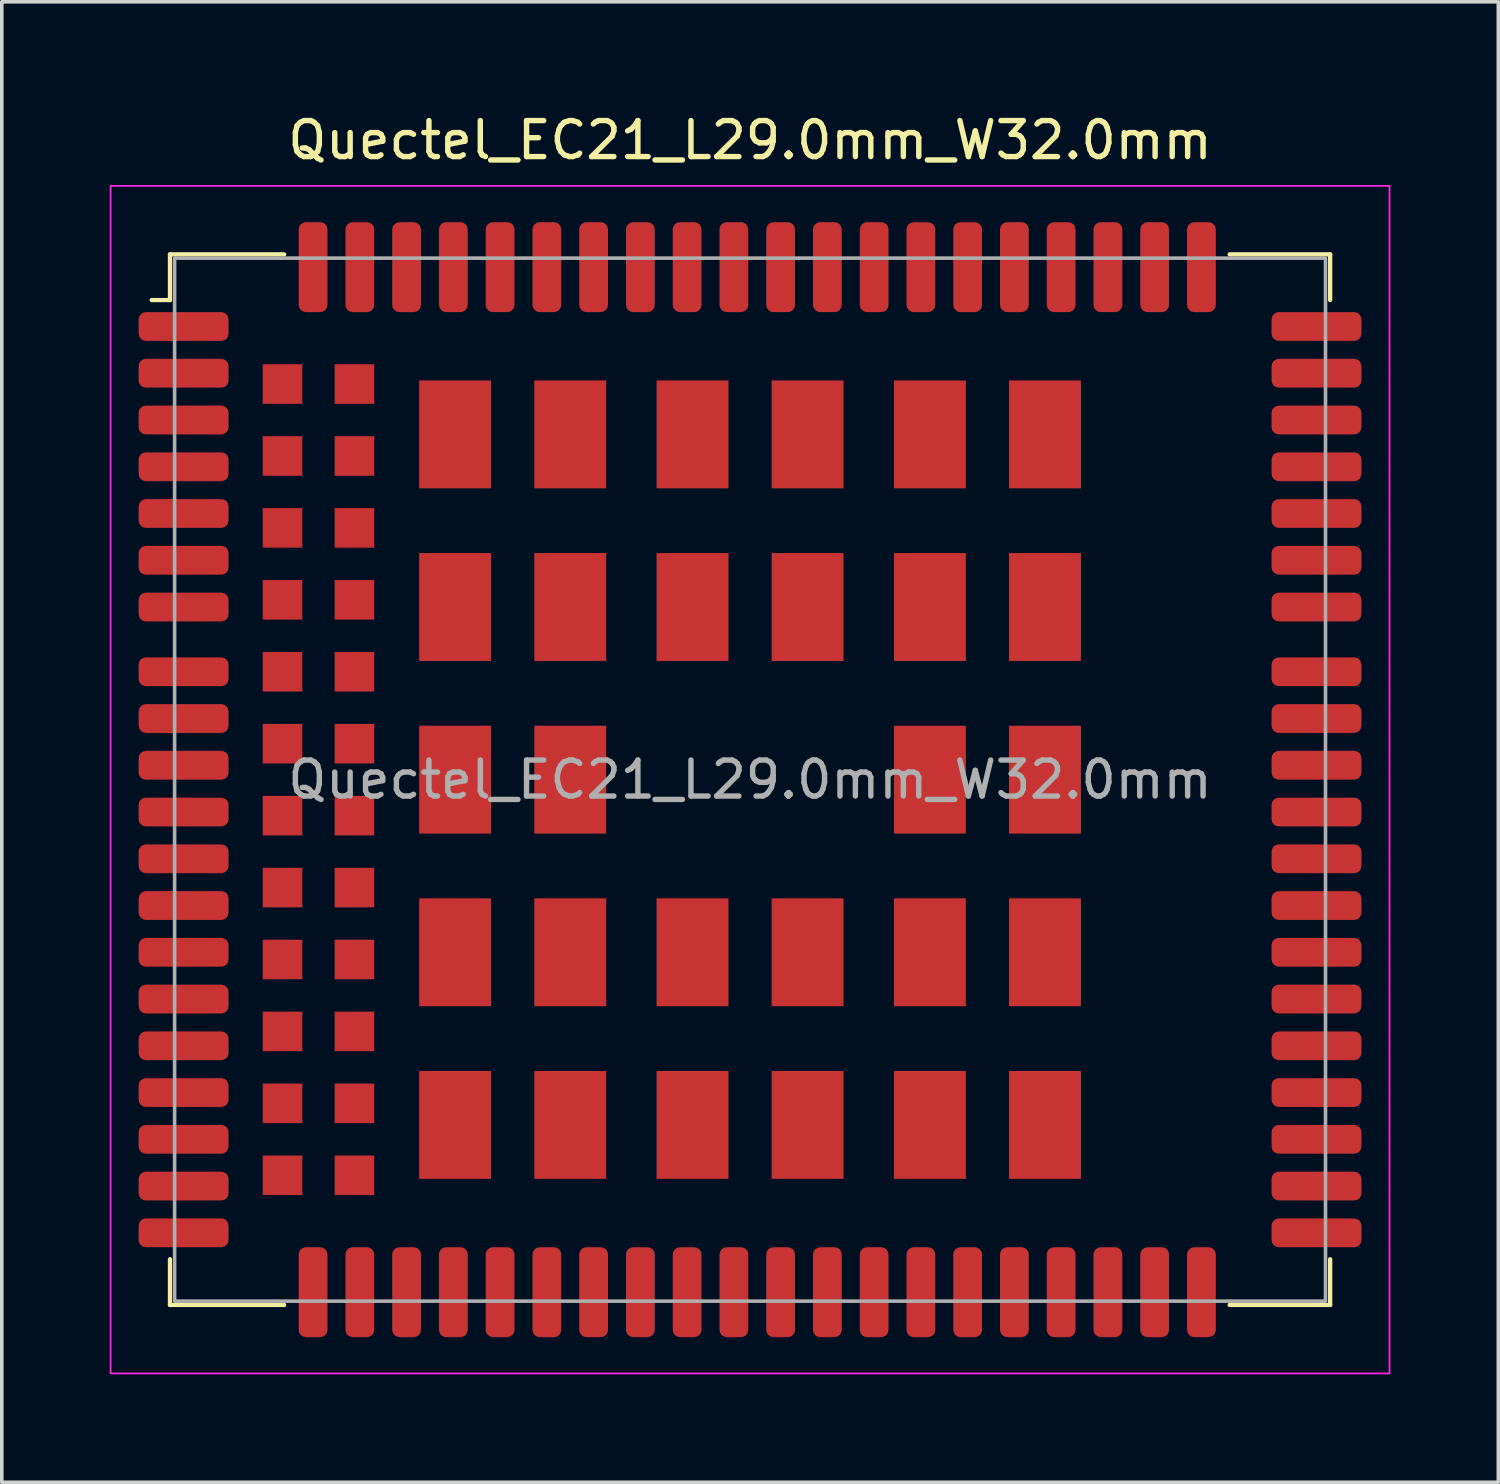
<source format=kicad_pcb>
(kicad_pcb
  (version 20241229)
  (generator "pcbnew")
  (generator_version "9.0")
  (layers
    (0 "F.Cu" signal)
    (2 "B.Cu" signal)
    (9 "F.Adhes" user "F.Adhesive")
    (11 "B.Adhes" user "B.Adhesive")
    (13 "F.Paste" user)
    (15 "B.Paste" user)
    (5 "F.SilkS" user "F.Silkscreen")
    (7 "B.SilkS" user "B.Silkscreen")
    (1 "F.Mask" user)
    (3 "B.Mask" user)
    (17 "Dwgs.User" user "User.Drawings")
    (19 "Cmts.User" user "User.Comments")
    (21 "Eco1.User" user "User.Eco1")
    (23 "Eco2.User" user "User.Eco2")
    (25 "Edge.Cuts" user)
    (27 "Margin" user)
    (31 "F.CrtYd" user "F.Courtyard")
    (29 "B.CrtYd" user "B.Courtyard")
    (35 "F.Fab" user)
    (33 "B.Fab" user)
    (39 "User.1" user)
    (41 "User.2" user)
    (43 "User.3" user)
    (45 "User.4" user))
  (footprint "Quectel_EC21_L29.0mm_W32.0mm"
    (layer "F.Cu")
    (at 17.805 18.628)
    (property "Reference" "Quectel_EC21_L29.0mm_W32.0mm" (at 0 -17.78 0) (unlocked yes) (layer "F.SilkS") (effects (font (size 1 1) (thickness 0.15))))
    (attr smd)
    (fp_line (start -16.637 -13.335) (end -16.129 -13.335) (stroke (width 0.12) (type default)) (layer "F.SilkS"))
    (fp_line (start -16.129 -14.605) (end -12.954 -14.605) (stroke (width 0.12) (type default)) (layer "F.SilkS"))
    (fp_line (start -16.129 -13.335) (end -16.129 -14.605) (stroke (width 0.12) (type default)) (layer "F.SilkS"))
    (fp_line (start -16.129 13.335) (end -16.129 14.605) (stroke (width 0.12) (type default)) (layer "F.SilkS"))
    (fp_line (start -16.129 14.605) (end -12.954 14.605) (stroke (width 0.12) (type default)) (layer "F.SilkS"))
    (fp_line (start 13.335 -14.605) (end 16.129 -14.605) (stroke (width 0.12) (type default)) (layer "F.SilkS"))
    (fp_line (start 16.129 -14.605) (end 16.129 -13.335) (stroke (width 0.12) (type default)) (layer "F.SilkS"))
    (fp_line (start 16.129 13.335) (end 16.129 14.605) (stroke (width 0.12) (type default)) (layer "F.SilkS"))
    (fp_line (start 16.129 14.605) (end 13.335 14.605) (stroke (width 0.12) (type default)) (layer "F.SilkS"))
    (fp_rect (start -17.78 -16.51) (end 17.78 16.51) (stroke (width 0.05) (type default)) (fill no) (layer "F.CrtYd"))
    (fp_rect (start -16 -14.5) (end 16 14.5) (stroke (width 0.1) (type default)) (fill no) (layer "F.Fab"))
    (fp_text user "${REFERENCE}" (at 0 0 0) (unlocked yes) (layer "F.Fab") (effects (font (size 1 1) (thickness 0.15))))
    (pad "1" smd roundrect (at -15.75 -12.6) (size 2.5 0.8) (layers "F.Cu" "F.Mask" "F.Paste") (roundrect_rratio 0.25))
    (pad "2" smd roundrect (at -15.75 -11.3) (size 2.5 0.8) (layers "F.Cu" "F.Mask" "F.Paste") (roundrect_rratio 0.25))
    (pad "3" smd roundrect (at -15.75 -10) (size 2.5 0.8) (layers "F.Cu" "F.Mask" "F.Paste") (roundrect_rratio 0.25))
    (pad "4" smd roundrect (at -15.75 -8.7) (size 2.5 0.8) (layers "F.Cu" "F.Mask" "F.Paste") (roundrect_rratio 0.25))
    (pad "5" smd roundrect (at -15.75 -7.4) (size 2.5 0.8) (layers "F.Cu" "F.Mask" "F.Paste") (roundrect_rratio 0.25))
    (pad "6" smd roundrect (at -15.75 -6.1) (size 2.5 0.8) (layers "F.Cu" "F.Mask" "F.Paste") (roundrect_rratio 0.25))
    (pad "7" smd roundrect (at -15.75 -4.8) (size 2.5 0.8) (layers "F.Cu" "F.Mask" "F.Paste") (roundrect_rratio 0.25))
    (pad "8" smd roundrect (at -15.75 -0.4) (size 2.5 0.8) (layers "F.Cu" "F.Mask" "F.Paste") (roundrect_rratio 0.25))
    (pad "9" smd roundrect (at -15.75 0.9) (size 2.5 0.8) (layers "F.Cu" "F.Mask" "F.Paste") (roundrect_rratio 0.25))
    (pad "10" smd roundrect (at -15.75 2.2) (size 2.5 0.8) (layers "F.Cu" "F.Mask" "F.Paste") (roundrect_rratio 0.25))
    (pad "11" smd roundrect (at -15.75 3.5) (size 2.5 0.8) (layers "F.Cu" "F.Mask" "F.Paste") (roundrect_rratio 0.25))
    (pad "12" smd roundrect (at -15.75 4.8) (size 2.5 0.8) (layers "F.Cu" "F.Mask" "F.Paste") (roundrect_rratio 0.25))
    (pad "13" smd roundrect (at -15.75 6.1) (size 2.5 0.8) (layers "F.Cu" "F.Mask" "F.Paste") (roundrect_rratio 0.25))
    (pad "14" smd roundrect (at -15.75 7.4) (size 2.5 0.8) (layers "F.Cu" "F.Mask" "F.Paste") (roundrect_rratio 0.25))
    (pad "15" smd roundrect (at -15.75 8.7) (size 2.5 0.8) (layers "F.Cu" "F.Mask" "F.Paste") (roundrect_rratio 0.25))
    (pad "16" smd roundrect (at -15.75 10) (size 2.5 0.8) (layers "F.Cu" "F.Mask" "F.Paste") (roundrect_rratio 0.25))
    (pad "17" smd roundrect (at -15.75 11.3) (size 2.5 0.8) (layers "F.Cu" "F.Mask" "F.Paste") (roundrect_rratio 0.25))
    (pad "18" smd roundrect (at -15.75 12.6) (size 2.5 0.8) (layers "F.Cu" "F.Mask" "F.Paste") (roundrect_rratio 0.25))
    (pad "19" smd roundrect (at -9.55 14.25 90) (size 2.5 0.8) (layers "F.Cu" "F.Mask" "F.Paste") (roundrect_rratio 0.25))
    (pad "20" smd roundrect (at -8.25 14.25 90) (size 2.5 0.8) (layers "F.Cu" "F.Mask" "F.Paste") (roundrect_rratio 0.25))
    (pad "21" smd roundrect (at -6.95 14.25 90) (size 2.5 0.8) (layers "F.Cu" "F.Mask" "F.Paste") (roundrect_rratio 0.25))
    (pad "22" smd roundrect (at -5.65 14.25 90) (size 2.5 0.8) (layers "F.Cu" "F.Mask" "F.Paste") (roundrect_rratio 0.25))
    (pad "23" smd roundrect (at -4.35 14.25 90) (size 2.5 0.8) (layers "F.Cu" "F.Mask" "F.Paste") (roundrect_rratio 0.25))
    (pad "24" smd roundrect (at -3.05 14.25 90) (size 2.5 0.8) (layers "F.Cu" "F.Mask" "F.Paste") (roundrect_rratio 0.25))
    (pad "25" smd roundrect (at -1.75 14.25 90) (size 2.5 0.8) (layers "F.Cu" "F.Mask" "F.Paste") (roundrect_rratio 0.25))
    (pad "26" smd roundrect (at -0.45 14.25 90) (size 2.5 0.8) (layers "F.Cu" "F.Mask" "F.Paste") (roundrect_rratio 0.25))
    (pad "27" smd roundrect (at 0.85 14.25 90) (size 2.5 0.8) (layers "F.Cu" "F.Mask" "F.Paste") (roundrect_rratio 0.25))
    (pad "28" smd roundrect (at 2.15 14.25 90) (size 2.5 0.8) (layers "F.Cu" "F.Mask" "F.Paste") (roundrect_rratio 0.25))
    (pad "29" smd roundrect (at 3.45 14.25 90) (size 2.5 0.8) (layers "F.Cu" "F.Mask" "F.Paste") (roundrect_rratio 0.25))
    (pad "30" smd roundrect (at 4.75 14.25 90) (size 2.5 0.8) (layers "F.Cu" "F.Mask" "F.Paste") (roundrect_rratio 0.25))
    (pad "31" smd roundrect (at 6.05 14.25 90) (size 2.5 0.8) (layers "F.Cu" "F.Mask" "F.Paste") (roundrect_rratio 0.25))
    (pad "32" smd roundrect (at 7.35 14.25 90) (size 2.5 0.8) (layers "F.Cu" "F.Mask" "F.Paste") (roundrect_rratio 0.25))
    (pad "33" smd roundrect (at 8.65 14.25 90) (size 2.5 0.8) (layers "F.Cu" "F.Mask" "F.Paste") (roundrect_rratio 0.25))
    (pad "34" smd roundrect (at 9.95 14.25 90) (size 2.5 0.8) (layers "F.Cu" "F.Mask" "F.Paste") (roundrect_rratio 0.25))
    (pad "35" smd roundrect (at 11.25 14.25 90) (size 2.5 0.8) (layers "F.Cu" "F.Mask" "F.Paste") (roundrect_rratio 0.25))
    (pad "36" smd roundrect (at 12.55 14.25 90) (size 2.5 0.8) (layers "F.Cu" "F.Mask" "F.Paste") (roundrect_rratio 0.25))
    (pad "37" smd roundrect (at 15.75 12.6) (size 2.5 0.8) (layers "F.Cu" "F.Mask" "F.Paste") (roundrect_rratio 0.25))
    (pad "38" smd roundrect (at 15.75 11.3) (size 2.5 0.8) (layers "F.Cu" "F.Mask" "F.Paste") (roundrect_rratio 0.25))
    (pad "39" smd roundrect (at 15.75 10) (size 2.5 0.8) (layers "F.Cu" "F.Mask" "F.Paste") (roundrect_rratio 0.25))
    (pad "40" smd roundrect (at 15.75 8.7) (size 2.5 0.8) (layers "F.Cu" "F.Mask" "F.Paste") (roundrect_rratio 0.25))
    (pad "41" smd roundrect (at 15.75 7.4) (size 2.5 0.8) (layers "F.Cu" "F.Mask" "F.Paste") (roundrect_rratio 0.25))
    (pad "42" smd roundrect (at 15.75 6.1) (size 2.5 0.8) (layers "F.Cu" "F.Mask" "F.Paste") (roundrect_rratio 0.25))
    (pad "43" smd roundrect (at 15.75 4.8) (size 2.5 0.8) (layers "F.Cu" "F.Mask" "F.Paste") (roundrect_rratio 0.25))
    (pad "44" smd roundrect (at 15.75 3.5) (size 2.5 0.8) (layers "F.Cu" "F.Mask" "F.Paste") (roundrect_rratio 0.25))
    (pad "45" smd roundrect (at 15.75 2.2) (size 2.5 0.8) (layers "F.Cu" "F.Mask" "F.Paste") (roundrect_rratio 0.25))
    (pad "46" smd roundrect (at 15.75 0.9) (size 2.5 0.8) (layers "F.Cu" "F.Mask" "F.Paste") (roundrect_rratio 0.25))
    (pad "47" smd roundrect (at 15.75 -0.4) (size 2.5 0.8) (layers "F.Cu" "F.Mask" "F.Paste") (roundrect_rratio 0.25))
    (pad "48" smd roundrect (at 15.75 -4.8) (size 2.5 0.8) (layers "F.Cu" "F.Mask" "F.Paste") (roundrect_rratio 0.25))
    (pad "49" smd roundrect (at 15.75 -6.1) (size 2.5 0.8) (layers "F.Cu" "F.Mask" "F.Paste") (roundrect_rratio 0.25))
    (pad "50" smd roundrect (at 15.75 -7.4) (size 2.5 0.8) (layers "F.Cu" "F.Mask" "F.Paste") (roundrect_rratio 0.25))
    (pad "51" smd roundrect (at 15.75 -8.7) (size 2.5 0.8) (layers "F.Cu" "F.Mask" "F.Paste") (roundrect_rratio 0.25))
    (pad "52" smd roundrect (at 15.75 -10) (size 2.5 0.8) (layers "F.Cu" "F.Mask" "F.Paste") (roundrect_rratio 0.25))
    (pad "53" smd roundrect (at 15.75 -11.3) (size 2.5 0.8) (layers "F.Cu" "F.Mask" "F.Paste") (roundrect_rratio 0.25))
    (pad "54" smd roundrect (at 15.75 -12.6) (size 2.5 0.8) (layers "F.Cu" "F.Mask" "F.Paste") (roundrect_rratio 0.25))
    (pad "55" smd roundrect (at 12.55 -14.25 90) (size 2.5 0.8) (layers "F.Cu" "F.Mask" "F.Paste") (roundrect_rratio 0.25))
    (pad "56" smd roundrect (at 11.25 -14.25 90) (size 2.5 0.8) (layers "F.Cu" "F.Mask" "F.Paste") (roundrect_rratio 0.25))
    (pad "57" smd roundrect (at 9.95 -14.25 90) (size 2.5 0.8) (layers "F.Cu" "F.Mask" "F.Paste") (roundrect_rratio 0.25))
    (pad "58" smd roundrect (at 8.65 -14.25 90) (size 2.5 0.8) (layers "F.Cu" "F.Mask" "F.Paste") (roundrect_rratio 0.25))
    (pad "59" smd roundrect (at 7.35 -14.25 90) (size 2.5 0.8) (layers "F.Cu" "F.Mask" "F.Paste") (roundrect_rratio 0.25))
    (pad "60" smd roundrect (at 6.05 -14.25 90) (size 2.5 0.8) (layers "F.Cu" "F.Mask" "F.Paste") (roundrect_rratio 0.25))
    (pad "61" smd roundrect (at 4.75 -14.25 90) (size 2.5 0.8) (layers "F.Cu" "F.Mask" "F.Paste") (roundrect_rratio 0.25))
    (pad "62" smd roundrect (at 3.45 -14.25 90) (size 2.5 0.8) (layers "F.Cu" "F.Mask" "F.Paste") (roundrect_rratio 0.25))
    (pad "63" smd roundrect (at 2.15 -14.25 90) (size 2.5 0.8) (layers "F.Cu" "F.Mask" "F.Paste") (roundrect_rratio 0.25))
    (pad "64" smd roundrect (at 0.85 -14.25 90) (size 2.5 0.8) (layers "F.Cu" "F.Mask" "F.Paste") (roundrect_rratio 0.25))
    (pad "65" smd roundrect (at -0.45 -14.25 90) (size 2.5 0.8) (layers "F.Cu" "F.Mask" "F.Paste") (roundrect_rratio 0.25))
    (pad "66" smd roundrect (at -1.75 -14.25 90) (size 2.5 0.8) (layers "F.Cu" "F.Mask" "F.Paste") (roundrect_rratio 0.25))
    (pad "67" smd roundrect (at -3.05 -14.25 90) (size 2.5 0.8) (layers "F.Cu" "F.Mask" "F.Paste") (roundrect_rratio 0.25))
    (pad "68" smd roundrect (at -4.35 -14.25 90) (size 2.5 0.8) (layers "F.Cu" "F.Mask" "F.Paste") (roundrect_rratio 0.25))
    (pad "69" smd roundrect (at -5.65 -14.25 90) (size 2.5 0.8) (layers "F.Cu" "F.Mask" "F.Paste") (roundrect_rratio 0.25))
    (pad "70" smd roundrect (at -6.95 -14.25 90) (size 2.5 0.8) (layers "F.Cu" "F.Mask" "F.Paste") (roundrect_rratio 0.25))
    (pad "71" smd roundrect (at -8.25 -14.25 90) (size 2.5 0.8) (layers "F.Cu" "F.Mask" "F.Paste") (roundrect_rratio 0.25))
    (pad "72" smd roundrect (at -9.55 -14.25 90) (size 2.5 0.8) (layers "F.Cu" "F.Mask" "F.Paste") (roundrect_rratio 0.25))
    (pad "85" smd rect (at 8.2 -9.6) (size 2 3) (layers "F.Cu" "F.Mask" "F.Paste"))
    (pad "86" smd rect (at 8.2 -4.8) (size 2 3) (layers "F.Cu" "F.Mask" "F.Paste"))
    (pad "87" smd rect (at 8.2 0) (size 2 3) (layers "F.Cu" "F.Mask" "F.Paste"))
    (pad "88" smd rect (at 8.2 4.8) (size 2 3) (layers "F.Cu" "F.Mask" "F.Paste"))
    (pad "89" smd rect (at 8.2 9.6) (size 2 3) (layers "F.Cu" "F.Mask" "F.Paste"))
    (pad "90" smd rect (at 5 -9.6) (size 2 3) (layers "F.Cu" "F.Mask" "F.Paste"))
    (pad "91" smd rect (at 5 -4.8) (size 2 3) (layers "F.Cu" "F.Mask" "F.Paste"))
    (pad "92" smd rect (at 5 0) (size 2 3) (layers "F.Cu" "F.Mask" "F.Paste"))
    (pad "93" smd rect (at 5 4.8) (size 2 3) (layers "F.Cu" "F.Mask" "F.Paste"))
    (pad "94" smd rect (at 5 9.6) (size 2 3) (layers "F.Cu" "F.Mask" "F.Paste"))
    (pad "95" smd rect (at 1.6 -9.6) (size 2 3) (layers "F.Cu" "F.Mask" "F.Paste"))
    (pad "96" smd rect (at 1.6 -4.8) (size 2 3) (layers "F.Cu" "F.Mask" "F.Paste"))
    (pad "97" smd rect (at 1.6 4.8) (size 2 3) (layers "F.Cu" "F.Mask" "F.Paste"))
    (pad "98" smd rect (at 1.6 9.6) (size 2 3) (layers "F.Cu" "F.Mask" "F.Paste"))
    (pad "99" smd rect (at -1.6 -9.6) (size 2 3) (layers "F.Cu" "F.Mask" "F.Paste"))
    (pad "100" smd rect (at -1.6 -4.8) (size 2 3) (layers "F.Cu" "F.Mask" "F.Paste"))
    (pad "101" smd rect (at -1.6 4.8) (size 2 3) (layers "F.Cu" "F.Mask" "F.Paste"))
    (pad "102" smd rect (at -1.6 9.6) (size 2 3) (layers "F.Cu" "F.Mask" "F.Paste"))
    (pad "103" smd rect (at -5 -9.6) (size 2 3) (layers "F.Cu" "F.Mask" "F.Paste"))
    (pad "104" smd rect (at -5 -4.8) (size 2 3) (layers "F.Cu" "F.Mask" "F.Paste"))
    (pad "105" smd rect (at -5 0) (size 2 3) (layers "F.Cu" "F.Mask" "F.Paste"))
    (pad "106" smd rect (at -5 4.8) (size 2 3) (layers "F.Cu" "F.Mask" "F.Paste"))
    (pad "107" smd rect (at -5 9.6) (size 2 3) (layers "F.Cu" "F.Mask" "F.Paste"))
    (pad "108" smd rect (at -8.2 -9.6) (size 2 3) (layers "F.Cu" "F.Mask" "F.Paste"))
    (pad "109" smd rect (at -8.2 -4.8) (size 2 3) (layers "F.Cu" "F.Mask" "F.Paste"))
    (pad "110" smd rect (at -8.2 0) (size 2 3) (layers "F.Cu" "F.Mask" "F.Paste"))
    (pad "111" smd rect (at -8.2 4.8) (size 2 3) (layers "F.Cu" "F.Mask" "F.Paste"))
    (pad "112" smd rect (at -8.2 9.6) (size 2 3) (layers "F.Cu" "F.Mask" "F.Paste"))
    (pad "113" smd roundrect (at -10.85 -14.25 90) (size 2.5 0.8) (layers "F.Cu" "F.Mask" "F.Paste") (roundrect_rratio 0.25))
    (pad "114" smd roundrect (at -12.15 -14.25 90) (size 2.5 0.8) (layers "F.Cu" "F.Mask" "F.Paste") (roundrect_rratio 0.25))
    (pad "115" smd roundrect (at -10.85 14.25 90) (size 2.5 0.8) (layers "F.Cu" "F.Mask" "F.Paste") (roundrect_rratio 0.25))
    (pad "116" smd roundrect (at -12.15 14.25 90) (size 2.5 0.8) (layers "F.Cu" "F.Mask" "F.Paste") (roundrect_rratio 0.25))
    (pad "117" smd rect (at -11 -11) (size 1.1 1.1) (layers "F.Cu" "F.Mask" "F.Paste"))
    (pad "118" smd rect (at -11 -9) (size 1.1 1.1) (layers "F.Cu" "F.Mask" "F.Paste"))
    (pad "119" smd rect (at -11 -7) (size 1.1 1.1) (layers "F.Cu" "F.Mask" "F.Paste"))
    (pad "120" smd rect (at -11 -5) (size 1.1 1.1) (layers "F.Cu" "F.Mask" "F.Paste"))
    (pad "121" smd rect (at -11 -3) (size 1.1 1.1) (layers "F.Cu" "F.Mask" "F.Paste"))
    (pad "122" smd rect (at -11 -1) (size 1.1 1.1) (layers "F.Cu" "F.Mask" "F.Paste"))
    (pad "123" smd rect (at -11 1) (size 1.1 1.1) (layers "F.Cu" "F.Mask" "F.Paste"))
    (pad "124" smd rect (at -11 3) (size 1.1 1.1) (layers "F.Cu" "F.Mask" "F.Paste"))
    (pad "125" smd rect (at -11 5) (size 1.1 1.1) (layers "F.Cu" "F.Mask" "F.Paste"))
    (pad "126" smd rect (at -11 7) (size 1.1 1.1) (layers "F.Cu" "F.Mask" "F.Paste"))
    (pad "127" smd rect (at -11 9) (size 1.1 1.1) (layers "F.Cu" "F.Mask" "F.Paste"))
    (pad "128" smd rect (at -11 11) (size 1.1 1.1) (layers "F.Cu" "F.Mask" "F.Paste"))
    (pad "129" smd rect (at -13 -11) (size 1.1 1.1) (layers "F.Cu" "F.Mask" "F.Paste"))
    (pad "130" smd rect (at -13 -9) (size 1.1 1.1) (layers "F.Cu" "F.Mask" "F.Paste"))
    (pad "131" smd rect (at -13 -7) (size 1.1 1.1) (layers "F.Cu" "F.Mask" "F.Paste"))
    (pad "132" smd rect (at -13 -5) (size 1.1 1.1) (layers "F.Cu" "F.Mask" "F.Paste"))
    (pad "133" smd rect (at -13 -3) (size 1.1 1.1) (layers "F.Cu" "F.Mask" "F.Paste"))
    (pad "134" smd rect (at -13 -1) (size 1.1 1.1) (layers "F.Cu" "F.Mask" "F.Paste"))
    (pad "135" smd rect (at -13 1) (size 1.1 1.1) (layers "F.Cu" "F.Mask" "F.Paste"))
    (pad "136" smd rect (at -13 3) (size 1.1 1.1) (layers "F.Cu" "F.Mask" "F.Paste"))
    (pad "137" smd rect (at -13 5) (size 1.1 1.1) (layers "F.Cu" "F.Mask" "F.Paste"))
    (pad "138" smd rect (at -13 7) (size 1.1 1.1) (layers "F.Cu" "F.Mask" "F.Paste"))
    (pad "139" smd rect (at -13 9) (size 1.1 1.1) (layers "F.Cu" "F.Mask" "F.Paste"))
    (pad "140" smd rect (at -13 11) (size 1.1 1.1) (layers "F.Cu" "F.Mask" "F.Paste"))
    (pad "141" smd roundrect (at -15.75 -3) (size 2.5 0.8) (layers "F.Cu" "F.Mask" "F.Paste") (roundrect_rratio 0.25))
    (pad "142" smd roundrect (at -15.75 -1.7) (size 2.5 0.8) (layers "F.Cu" "F.Mask" "F.Paste") (roundrect_rratio 0.25))
    (pad "143" smd roundrect (at 15.75 -1.7) (size 2.5 0.8) (layers "F.Cu" "F.Mask" "F.Paste") (roundrect_rratio 0.25))
    (pad "144" smd roundrect (at 15.75 -3) (size 2.5 0.8) (layers "F.Cu" "F.Mask" "F.Paste") (roundrect_rratio 0.25))
    (zone (net_name "") (layer "F.Cu") (hatch full 0.5) (connect_pads) (min_thickness 0.25) (filled_areas_thickness no) (keepout (tracks not_allowed) (vias not_allowed) (pads not_allowed) (copperpour allowed) (footprints allowed)) (placement (enabled no)) (fill) (polygon (pts (xy 15.265 16.088) (xy 15.265 21.168) (xy 20.345 21.168) (xy 20.345 16.088)))))
  (gr_rect
    (start -3 -3)
    (end 38.61 38.163)
    (stroke (width 0.1) (type default))
    (fill no)
    (layer "Edge.Cuts")))
</source>
